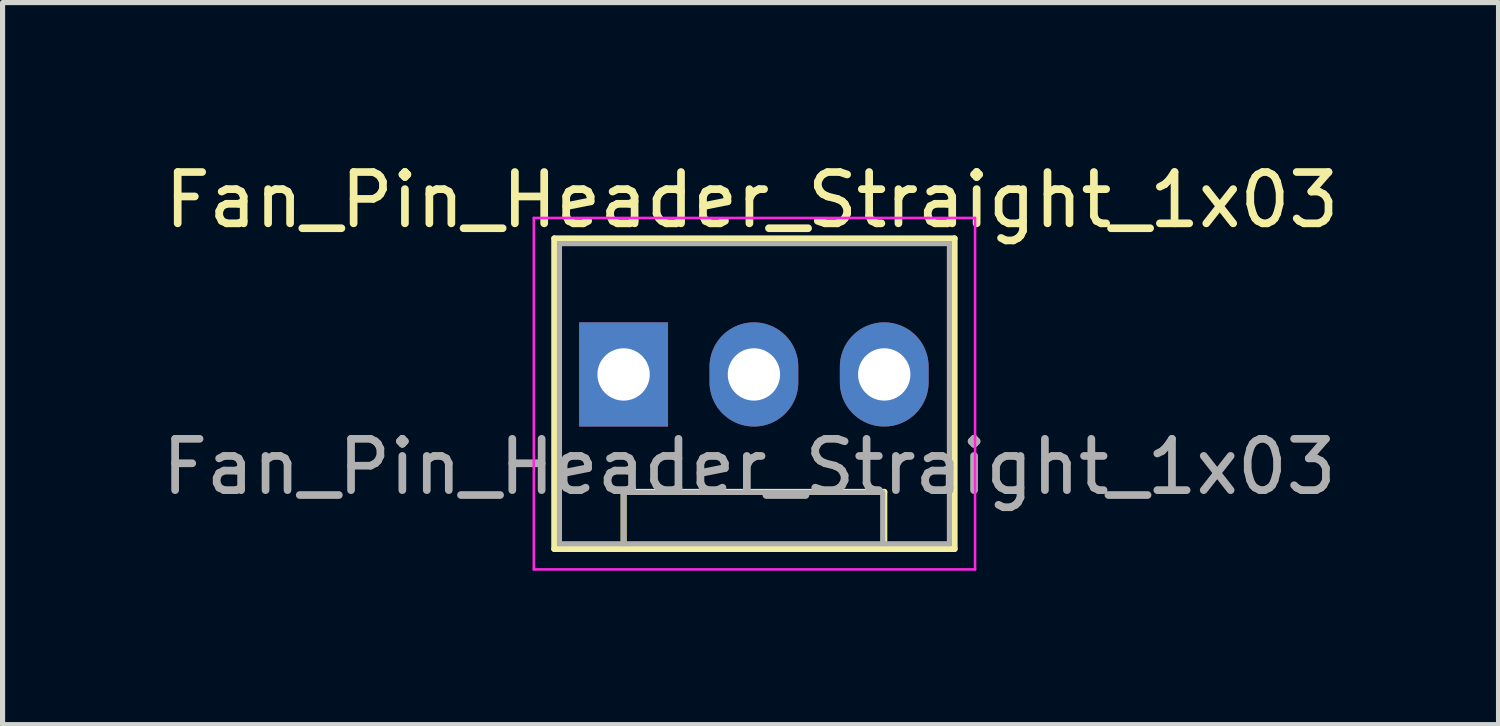
<source format=kicad_pcb>
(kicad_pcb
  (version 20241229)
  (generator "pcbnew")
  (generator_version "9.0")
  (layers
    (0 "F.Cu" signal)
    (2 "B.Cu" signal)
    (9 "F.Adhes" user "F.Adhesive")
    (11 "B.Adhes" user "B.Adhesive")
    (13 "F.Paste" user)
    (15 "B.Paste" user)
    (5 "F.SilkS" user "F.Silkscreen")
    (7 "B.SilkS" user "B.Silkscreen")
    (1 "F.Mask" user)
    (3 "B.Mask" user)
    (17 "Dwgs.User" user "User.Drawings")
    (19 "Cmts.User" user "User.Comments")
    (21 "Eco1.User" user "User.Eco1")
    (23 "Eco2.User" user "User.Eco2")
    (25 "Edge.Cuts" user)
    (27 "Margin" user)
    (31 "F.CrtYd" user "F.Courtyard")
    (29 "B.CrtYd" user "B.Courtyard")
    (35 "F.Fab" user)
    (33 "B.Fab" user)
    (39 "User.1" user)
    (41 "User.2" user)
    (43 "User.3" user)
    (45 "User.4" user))
  (footprint "Fan_Pin_Header_Straight_1x03"
    (layer "F.Cu")
    (at 9.104 4.248)
    (property "Reference" "Fan_Pin_Header_Straight_1x03" (at 2.5 -3.4 0) (layer "F.SilkS") (effects (font (size 1 1) (thickness 0.15))))
    (attr through_hole)
    (fp_line (start -1.35 -2.65) (end 6.45 -2.65) (stroke (width 0.12) (type solid)) (layer "F.SilkS"))
    (fp_line (start -1.35 3.4) (end -1.35 -2.65) (stroke (width 0.12) (type solid)) (layer "F.SilkS"))
    (fp_line (start 0 2.29) (end 5.08 2.29) (stroke (width 0.12) (type solid)) (layer "F.SilkS"))
    (fp_line (start 0 3.3) (end 0 2.29) (stroke (width 0.12) (type solid)) (layer "F.SilkS"))
    (fp_line (start 5.08 2.29) (end 5.08 3.3) (stroke (width 0.12) (type solid)) (layer "F.SilkS"))
    (fp_line (start 6.45 -2.65) (end 6.45 3.4) (stroke (width 0.12) (type solid)) (layer "F.SilkS"))
    (fp_line (start 6.45 3.4) (end -1.35 3.4) (stroke (width 0.12) (type solid)) (layer "F.SilkS"))
    (fp_line (start -1.75 3.8) (end -1.75 -3.05) (stroke (width 0.05) (type solid)) (layer "F.CrtYd"))
    (fp_line (start -1.75 3.8) (end 6.85 3.8) (stroke (width 0.05) (type solid)) (layer "F.CrtYd"))
    (fp_line (start 6.85 -3.05) (end -1.75 -3.05) (stroke (width 0.05) (type solid)) (layer "F.CrtYd"))
    (fp_line (start 6.85 -3.05) (end 6.85 3.8) (stroke (width 0.05) (type solid)) (layer "F.CrtYd"))
    (fp_line (start -1.25 -2.55) (end 6.35 -2.55) (stroke (width 0.1) (type solid)) (layer "F.Fab"))
    (fp_line (start -1.25 3.3) (end -1.25 -2.55) (stroke (width 0.1) (type solid)) (layer "F.Fab"))
    (fp_line (start 0 2.3) (end 0 3.3) (stroke (width 0.1) (type solid)) (layer "F.Fab"))
    (fp_line (start 5.05 2.3) (end 0 2.3) (stroke (width 0.1) (type solid)) (layer "F.Fab"))
    (fp_line (start 5.05 3.3) (end 5.05 2.3) (stroke (width 0.1) (type solid)) (layer "F.Fab"))
    (fp_line (start 6.35 -2.55) (end 6.35 3.3) (stroke (width 0.1) (type solid)) (layer "F.Fab"))
    (fp_line (start 6.35 3.3) (end -1.25 3.3) (stroke (width 0.1) (type solid)) (layer "F.Fab"))
    (fp_text user "${REFERENCE}" (at 2.45 1.8 0) (layer "F.Fab") (effects (font (size 1 1) (thickness 0.15))))
    (pad "1" thru_hole rect (at 0 0 90) (size 2.03 1.73) (drill 1.02) (layers "*.Cu" "*.Mask"))
    (pad "2" thru_hole oval (at 2.54 0 90) (size 2.03 1.73) (drill 1.02) (layers "*.Cu" "*.Mask"))
    (pad "3" thru_hole oval (at 5.08 0 90) (size 2.03 1.73) (drill 1.02) (layers "*.Cu" "*.Mask")))
  (gr_rect
    (start -3 -3)
    (end 26.157 11.073)
    (stroke (width 0.1) (type default))
    (fill no)
    (layer "Edge.Cuts")))
</source>
